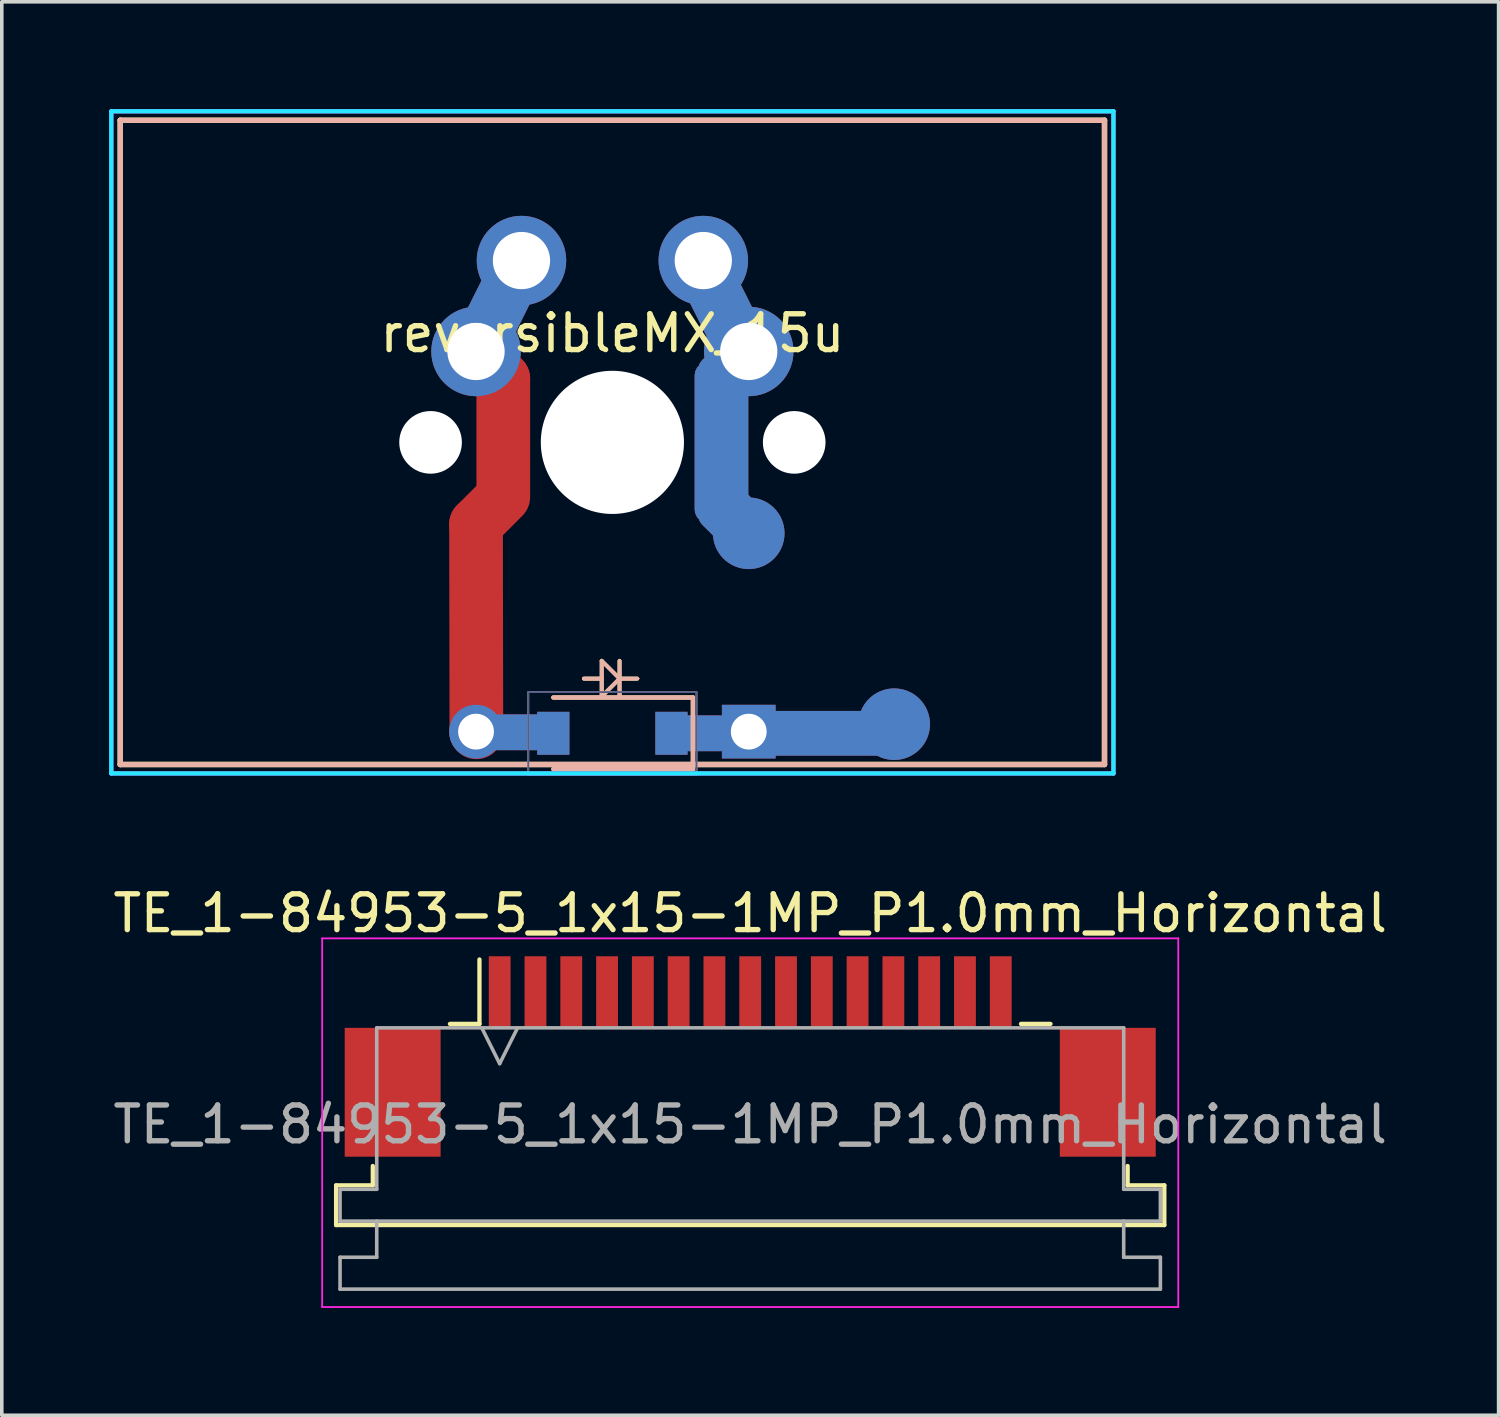
<source format=kicad_pcb>
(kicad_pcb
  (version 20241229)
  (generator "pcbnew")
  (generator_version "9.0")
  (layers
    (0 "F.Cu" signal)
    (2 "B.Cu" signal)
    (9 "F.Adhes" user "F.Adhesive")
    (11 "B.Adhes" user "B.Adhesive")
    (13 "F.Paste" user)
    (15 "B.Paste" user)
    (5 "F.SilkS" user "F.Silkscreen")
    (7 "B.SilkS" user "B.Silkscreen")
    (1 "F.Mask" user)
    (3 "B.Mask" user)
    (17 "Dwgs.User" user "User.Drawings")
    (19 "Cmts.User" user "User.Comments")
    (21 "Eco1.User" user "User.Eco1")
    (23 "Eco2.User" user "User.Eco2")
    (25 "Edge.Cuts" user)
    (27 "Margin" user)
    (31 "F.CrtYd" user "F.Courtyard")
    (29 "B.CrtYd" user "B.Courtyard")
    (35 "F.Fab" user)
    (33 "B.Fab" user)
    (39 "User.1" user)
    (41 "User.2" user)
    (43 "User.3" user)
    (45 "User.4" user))
  (footprint "TE_1-84953-5_1x15-1MP_P1.0mm_Horizontal"
    (layer "F.Cu")
    (at 17.911 26.468)
    (property "Reference" "TE_1-84953-5_1x15-1MP_P1.0mm_Horizontal" (at 0 -4 0) (layer "F.SilkS") (effects (font (size 1 1) (thickness 0.15))))
    (attr smd)
    (fp_line (start -11.57 3.6) (end -10.545 3.6) (stroke (width 0.12) (type solid)) (layer "F.SilkS"))
    (fp_line (start -11.57 4.71) (end -11.57 3.6) (stroke (width 0.12) (type solid)) (layer "F.SilkS"))
    (fp_line (start -10.545 3.6) (end -10.545 3.06) (stroke (width 0.12) (type solid)) (layer "F.SilkS"))
    (fp_line (start -8.39 -0.91) (end -7.565 -0.91) (stroke (width 0.12) (type solid)) (layer "F.SilkS"))
    (fp_line (start -7.565 -0.91) (end -7.565 -2.71) (stroke (width 0.12) (type solid)) (layer "F.SilkS"))
    (fp_line (start 7.565 -0.91) (end 8.39 -0.91) (stroke (width 0.12) (type solid)) (layer "F.SilkS"))
    (fp_line (start 10.545 3.06) (end 10.545 3.6) (stroke (width 0.12) (type solid)) (layer "F.SilkS"))
    (fp_line (start 10.545 3.6) (end 11.57 3.6) (stroke (width 0.12) (type solid)) (layer "F.SilkS"))
    (fp_line (start 11.57 3.6) (end 11.57 4.71) (stroke (width 0.12) (type solid)) (layer "F.SilkS"))
    (fp_line (start 11.57 4.71) (end -11.57 4.71) (stroke (width 0.12) (type solid)) (layer "F.SilkS"))
    (fp_line (start -11.96 -3.3) (end -11.96 7) (stroke (width 0.05) (type solid)) (layer "F.CrtYd"))
    (fp_line (start -11.96 7) (end 11.96 7) (stroke (width 0.05) (type solid)) (layer "F.CrtYd"))
    (fp_line (start 11.96 -3.3) (end -11.96 -3.3) (stroke (width 0.05) (type solid)) (layer "F.CrtYd"))
    (fp_line (start 11.96 7) (end 11.96 -3.3) (stroke (width 0.05) (type solid)) (layer "F.CrtYd"))
    (fp_line (start -11.46 3.71) (end -10.435 3.71) (stroke (width 0.1) (type solid)) (layer "F.Fab"))
    (fp_line (start -11.46 4.6) (end -11.46 3.71) (stroke (width 0.1) (type solid)) (layer "F.Fab"))
    (fp_line (start -11.46 5.61) (end -10.435 5.61) (stroke (width 0.1) (type solid)) (layer "F.Fab"))
    (fp_line (start -11.46 6.5) (end -11.46 5.61) (stroke (width 0.1) (type solid)) (layer "F.Fab"))
    (fp_line (start -10.435 -0.8) (end 10.435 -0.8) (stroke (width 0.1) (type solid)) (layer "F.Fab"))
    (fp_line (start -10.435 3.71) (end -10.435 -0.8) (stroke (width 0.1) (type solid)) (layer "F.Fab"))
    (fp_line (start -10.435 5.61) (end -10.435 4.6) (stroke (width 0.1) (type solid)) (layer "F.Fab"))
    (fp_line (start -7.5 -0.8) (end -7 0.2) (stroke (width 0.1) (type solid)) (layer "F.Fab"))
    (fp_line (start -7 0.2) (end -6.5 -0.8) (stroke (width 0.1) (type solid)) (layer "F.Fab"))
    (fp_line (start 10.435 -0.8) (end 10.435 3.71) (stroke (width 0.1) (type solid)) (layer "F.Fab"))
    (fp_line (start 10.435 3.71) (end 11.46 3.71) (stroke (width 0.1) (type solid)) (layer "F.Fab"))
    (fp_line (start 10.435 4.6) (end 10.435 5.61) (stroke (width 0.1) (type solid)) (layer "F.Fab"))
    (fp_line (start 10.435 5.61) (end 11.46 5.61) (stroke (width 0.1) (type solid)) (layer "F.Fab"))
    (fp_line (start 11.46 3.71) (end 11.46 4.6) (stroke (width 0.1) (type solid)) (layer "F.Fab"))
    (fp_line (start 11.46 4.6) (end -11.46 4.6) (stroke (width 0.1) (type solid)) (layer "F.Fab"))
    (fp_line (start 11.46 5.61) (end 11.46 6.5) (stroke (width 0.1) (type solid)) (layer "F.Fab"))
    (fp_line (start 11.46 6.5) (end -11.46 6.5) (stroke (width 0.1) (type solid)) (layer "F.Fab"))
    (fp_text user "${REFERENCE}" (at 0 1.9 0) (layer "F.Fab") (effects (font (size 1 1) (thickness 0.15))))
    (pad "1" smd rect (at -7 -1.8) (size 0.61 2) (layers "F.Cu" "F.Mask" "F.Paste"))
    (pad "2" smd rect (at -6 -1.8) (size 0.61 2) (layers "F.Cu" "F.Mask" "F.Paste"))
    (pad "3" smd rect (at -5 -1.8) (size 0.61 2) (layers "F.Cu" "F.Mask" "F.Paste"))
    (pad "4" smd rect (at -4 -1.8) (size 0.61 2) (layers "F.Cu" "F.Mask" "F.Paste"))
    (pad "5" smd rect (at -3 -1.8) (size 0.61 2) (layers "F.Cu" "F.Mask" "F.Paste"))
    (pad "6" smd rect (at -2 -1.8) (size 0.61 2) (layers "F.Cu" "F.Mask" "F.Paste"))
    (pad "7" smd rect (at -1 -1.8) (size 0.61 2) (layers "F.Cu" "F.Mask" "F.Paste"))
    (pad "8" smd rect (at 0 -1.8) (size 0.61 2) (layers "F.Cu" "F.Mask" "F.Paste"))
    (pad "9" smd rect (at 1 -1.8) (size 0.61 2) (layers "F.Cu" "F.Mask" "F.Paste"))
    (pad "10" smd rect (at 2 -1.8) (size 0.61 2) (layers "F.Cu" "F.Mask" "F.Paste"))
    (pad "11" smd rect (at 3 -1.8) (size 0.61 2) (layers "F.Cu" "F.Mask" "F.Paste"))
    (pad "12" smd rect (at 4 -1.8) (size 0.61 2) (layers "F.Cu" "F.Mask" "F.Paste"))
    (pad "13" smd rect (at 5 -1.8) (size 0.61 2) (layers "F.Cu" "F.Mask" "F.Paste"))
    (pad "14" smd rect (at 6 -1.8) (size 0.61 2) (layers "F.Cu" "F.Mask" "F.Paste"))
    (pad "15" smd rect (at 7 -1.8) (size 0.61 2) (layers "F.Cu" "F.Mask" "F.Paste"))
    (pad "MP" smd rect (at -9.99 1) (size 2.68 3.6) (layers "F.Cu" "F.Mask" "F.Paste"))
    (pad "MP" smd rect (at 9.99 1) (size 2.68 3.6) (layers "F.Cu" "F.Mask" "F.Paste")))
  (footprint "reversibleMX_15u"
    (layer "F.Cu")
    (at 14.06 9.31)
    (property "Reference" "reversibleMX_15u" (at 0 -3.048 0) (layer "F.SilkS") (effects (font (size 1 1) (thickness 0.15))))
    (attr through_hole)
    (fp_line (start -3.81 -2.54) (end -3.048 -1.778) (stroke (width 1.5) (type solid)) (layer "F.Cu"))
    (fp_line (start -3.8 8.1) (end -3.81 2.286) (stroke (width 1.5) (type solid)) (layer "F.Cu"))
    (fp_line (start -3.8 8.1) (end -1.778 8.1) (stroke (width 1) (type solid)) (layer "F.Cu"))
    (fp_line (start -3.175 1.651) (end -3.81 2.286) (stroke (width 1.5) (type solid)) (layer "F.Cu"))
    (fp_line (start -3.048 -1.778) (end -3.048 1.524) (stroke (width 1.5) (type solid)) (layer "F.Cu"))
    (fp_line (start -2.54 -5.08) (end -3.81 -2.54) (stroke (width 1.5) (type solid)) (layer "F.Cu"))
    (fp_line (start -3.8 8.1) (end -1.778 8.1) (stroke (width 1) (type solid)) (layer "B.Cu"))
    (fp_line (start -2.54 -5.08) (end -3.81 -2.54) (stroke (width 1.5) (type solid)) (layer "B.Cu"))
    (fp_line (start -13.75 -9) (end 13.75 -9) (stroke (width 0.15) (type solid)) (layer "F.SilkS"))
    (fp_line (start -13.75 9) (end -13.75 -9) (stroke (width 0.15) (type solid)) (layer "F.SilkS"))
    (fp_line (start -0.3 6.1) (end 0.2 6.6) (stroke (width 0.1) (type solid)) (layer "F.SilkS"))
    (fp_line (start -0.3 6.1) (end 0.2 6.6) (stroke (width 0.1) (type solid)) (layer "F.SilkS"))
    (fp_line (start -0.3 6.6) (end -0.8 6.6) (stroke (width 0.1) (type solid)) (layer "F.SilkS"))
    (fp_line (start -0.3 6.6) (end -0.8 6.6) (stroke (width 0.1) (type solid)) (layer "F.SilkS"))
    (fp_line (start -0.3 7.1) (end -0.3 6.1) (stroke (width 0.1) (type solid)) (layer "F.SilkS"))
    (fp_line (start -0.3 7.1) (end -0.3 6.1) (stroke (width 0.1) (type solid)) (layer "F.SilkS"))
    (fp_line (start 0.2 6.1) (end 0.2 7.1) (stroke (width 0.1) (type solid)) (layer "F.SilkS"))
    (fp_line (start 0.2 6.1) (end 0.2 7.1) (stroke (width 0.1) (type solid)) (layer "F.SilkS"))
    (fp_line (start 0.2 6.6) (end -0.3 7.1) (stroke (width 0.1) (type solid)) (layer "F.SilkS"))
    (fp_line (start 0.2 6.6) (end -0.3 7.1) (stroke (width 0.1) (type solid)) (layer "F.SilkS"))
    (fp_line (start 0.2 6.6) (end 0.7 6.6) (stroke (width 0.1) (type solid)) (layer "F.SilkS"))
    (fp_line (start 0.2 6.6) (end 0.7 6.6) (stroke (width 0.1) (type solid)) (layer "F.SilkS"))
    (fp_line (start 2.25 7.128) (end -1.65 7.128) (stroke (width 0.12) (type solid)) (layer "F.SilkS"))
    (fp_line (start 2.25 9.128) (end -1.65 9.128) (stroke (width 0.12) (type solid)) (layer "F.SilkS"))
    (fp_line (start 2.25 9.128) (end 2.25 7.128) (stroke (width 0.12) (type solid)) (layer "F.SilkS"))
    (fp_line (start 13.75 -9) (end 13.75 9) (stroke (width 0.15) (type solid)) (layer "F.SilkS"))
    (fp_line (start 13.75 9) (end -13.75 9) (stroke (width 0.15) (type solid)) (layer "F.SilkS"))
    (fp_line (start -13.75 -9) (end 13.75 -9) (stroke (width 0.15) (type solid)) (layer "B.SilkS"))
    (fp_line (start -13.75 9) (end -13.75 -9) (stroke (width 0.15) (type solid)) (layer "B.SilkS"))
    (fp_line (start -0.3 6.1) (end 0.2 6.6) (stroke (width 0.1) (type solid)) (layer "B.SilkS"))
    (fp_line (start -0.3 6.1) (end 0.2 6.6) (stroke (width 0.1) (type solid)) (layer "B.SilkS"))
    (fp_line (start -0.3 6.6) (end -0.8 6.6) (stroke (width 0.1) (type solid)) (layer "B.SilkS"))
    (fp_line (start -0.3 6.6) (end -0.8 6.6) (stroke (width 0.1) (type solid)) (layer "B.SilkS"))
    (fp_line (start -0.3 7.1) (end -0.3 6.1) (stroke (width 0.1) (type solid)) (layer "B.SilkS"))
    (fp_line (start -0.3 7.1) (end -0.3 6.1) (stroke (width 0.1) (type solid)) (layer "B.SilkS"))
    (fp_line (start 0.2 6.1) (end 0.2 7.1) (stroke (width 0.1) (type solid)) (layer "B.SilkS"))
    (fp_line (start 0.2 6.1) (end 0.2 7.1) (stroke (width 0.1) (type solid)) (layer "B.SilkS"))
    (fp_line (start 0.2 6.6) (end -0.3 7.1) (stroke (width 0.1) (type solid)) (layer "B.SilkS"))
    (fp_line (start 0.2 6.6) (end -0.3 7.1) (stroke (width 0.1) (type solid)) (layer "B.SilkS"))
    (fp_line (start 0.2 6.6) (end 0.7 6.6) (stroke (width 0.1) (type solid)) (layer "B.SilkS"))
    (fp_line (start 0.2 6.6) (end 0.7 6.6) (stroke (width 0.1) (type solid)) (layer "B.SilkS"))
    (fp_line (start 2.25 7.128) (end -1.65 7.128) (stroke (width 0.12) (type solid)) (layer "B.SilkS"))
    (fp_line (start 2.25 9.128) (end -1.65 9.128) (stroke (width 0.12) (type solid)) (layer "B.SilkS"))
    (fp_line (start 2.25 9.128) (end 2.25 7.128) (stroke (width 0.12) (type solid)) (layer "B.SilkS"))
    (fp_line (start 13.75 -9) (end 13.75 9) (stroke (width 0.15) (type solid)) (layer "B.SilkS"))
    (fp_line (start 13.75 9) (end -13.75 9) (stroke (width 0.15) (type solid)) (layer "B.SilkS"))
    (fp_line (start -8 -6) (end -8 -3) (stroke (width 0.15) (type solid)) (layer "Eco1.User"))
    (fp_line (start -8 -6) (end -7 -6) (stroke (width 0.15) (type solid)) (layer "Eco1.User"))
    (fp_line (start -8 -3) (end -7 -3) (stroke (width 0.15) (type solid)) (layer "Eco1.User"))
    (fp_line (start -8 3) (end -7 3) (stroke (width 0.15) (type solid)) (layer "Eco1.User"))
    (fp_line (start -8 6) (end -8 3) (stroke (width 0.15) (type solid)) (layer "Eco1.User"))
    (fp_line (start -8 6) (end -7 6) (stroke (width 0.15) (type solid)) (layer "Eco1.User"))
    (fp_line (start -7 -7) (end -7 -6) (stroke (width 0.15) (type solid)) (layer "Eco1.User"))
    (fp_line (start -7 -7) (end 7 -7) (stroke (width 0.15) (type solid)) (layer "Eco1.User"))
    (fp_line (start -7 -3) (end -7 3) (stroke (width 0.15) (type solid)) (layer "Eco1.User"))
    (fp_line (start -7 7) (end -7 6) (stroke (width 0.15) (type solid)) (layer "Eco1.User"))
    (fp_line (start 7 -7) (end 7 -6) (stroke (width 0.15) (type solid)) (layer "Eco1.User"))
    (fp_line (start 7 -6) (end 8 -6) (stroke (width 0.15) (type solid)) (layer "Eco1.User"))
    (fp_line (start 7 -3) (end 7 3) (stroke (width 0.15) (type solid)) (layer "Eco1.User"))
    (fp_line (start 7 -3) (end 8 -3) (stroke (width 0.15) (type solid)) (layer "Eco1.User"))
    (fp_line (start 7 3) (end 8 3) (stroke (width 0.15) (type solid)) (layer "Eco1.User"))
    (fp_line (start 7 6) (end 8 6) (stroke (width 0.15) (type solid)) (layer "Eco1.User"))
    (fp_line (start 7 7) (end -7 7) (stroke (width 0.15) (type solid)) (layer "Eco1.User"))
    (fp_line (start 7 7) (end 7 6) (stroke (width 0.15) (type solid)) (layer "Eco1.User"))
    (fp_line (start 8 -6) (end 8 -3) (stroke (width 0.15) (type solid)) (layer "Eco1.User"))
    (fp_line (start 8 6) (end 8 3) (stroke (width 0.15) (type solid)) (layer "Eco1.User"))
    (fp_line (start -14 -9.25) (end -14 9.25) (stroke (width 0.12) (type solid)) (layer "B.CrtYd"))
    (fp_line (start -14 9.25) (end 14 9.25) (stroke (width 0.12) (type solid)) (layer "B.CrtYd"))
    (fp_line (start 14 -9.25) (end -14 -9.25) (stroke (width 0.12) (type solid)) (layer "B.CrtYd"))
    (fp_line (start 14 9.25) (end 14 -9.25) (stroke (width 0.12) (type solid)) (layer "B.CrtYd"))
    (fp_line (start -14 -9.25) (end -14 9.25) (stroke (width 0.12) (type solid)) (layer "F.CrtYd"))
    (fp_line (start -14 9.25) (end 14 9.25) (stroke (width 0.12) (type solid)) (layer "F.CrtYd"))
    (fp_line (start 14 -9.25) (end -14 -9.25) (stroke (width 0.12) (type solid)) (layer "F.CrtYd"))
    (fp_line (start 14 9.25) (end 14 -9.25) (stroke (width 0.12) (type solid)) (layer "F.CrtYd"))
    (fp_line (start -2.35 6.978) (end 2.35 6.978) (stroke (width 0.05) (type solid)) (layer "B.Fab"))
    (fp_line (start -2.35 9.278) (end -2.35 6.978) (stroke (width 0.05) (type solid)) (layer "B.Fab"))
    (fp_line (start 2.35 9.278) (end -2.35 9.278) (stroke (width 0.05) (type solid)) (layer "B.Fab"))
    (fp_line (start 2.35 9.278) (end 2.35 6.978) (stroke (width 0.05) (type solid)) (layer "B.Fab"))
    (fp_line (start -2.35 6.978) (end 2.35 6.978) (stroke (width 0.05) (type solid)) (layer "F.Fab"))
    (fp_line (start -2.35 9.278) (end -2.35 6.978) (stroke (width 0.05) (type solid)) (layer "F.Fab"))
    (fp_line (start 2.35 9.278) (end -2.35 9.278) (stroke (width 0.05) (type solid)) (layer "F.Fab"))
    (fp_line (start 2.35 9.278) (end 2.35 6.978) (stroke (width 0.05) (type solid)) (layer "F.Fab"))
    (pad "" np_thru_hole circle (at -5.08 0) (size 1.75 1.75) (drill 1.75) (layers "*.Cu" "*.Mask"))
    (pad "" thru_hole circle (at -3.81 -2.54) (size 2.5 2.5) (drill 1.6) (layers "*.Cu" "*.Mask"))
    (pad "" thru_hole circle (at -3.81 8.082) (size 1.5 1.5) (drill 1) (layers "*.Cu" "*.Mask"))
    (pad "" thru_hole circle (at -2.54 -5.08) (size 2.5 2.5) (drill 1.6) (layers "*.Cu" "*.Mask"))
    (pad "" smd rect (at -1.65 8.128 180) (size 0.9 1.2) (layers "F.Cu" "F.Mask" "F.Paste"))
    (pad "" smd rect (at -1.65 8.128 180) (size 0.9 1.2) (layers "B.Cu" "B.Mask" "B.Paste"))
    (pad "" np_thru_hole circle (at 0 0) (size 4 4) (drill 4) (layers "*.Cu" "*.Mask"))
    (pad "" np_thru_hole circle (at 5.08 0) (size 1.75 1.75) (drill 1.75) (layers "*.Cu" "*.Mask"))
    (pad "1" thru_hole circle (at 2.54 -5.08) (size 2.5 2.5) (drill 1.6) (layers "*.Cu" "*.Mask"))
    (pad "1" smd roundrect (at 3.048 -3.81 296.6) (size 2.5 1.5) (layers "F.Cu") (roundrect_rratio 0.25))
    (pad "1" smd roundrect (at 3.048 -3.81 296.6) (size 2.5 1.5) (layers "B.Cu") (roundrect_rratio 0.25))
    (pad "1" smd roundrect (at 3.048 0 90) (size 4.5 1.5) (layers "F.Cu") (roundrect_rratio 0.25))
    (pad "1" smd roundrect (at 3.048 0 90) (size 4.5 1.5) (layers "B.Cu") (roundrect_rratio 0.25))
    (pad "1" smd roundrect (at 3.302 -2.032 315) (size 1.5 1.5) (layers "F.Cu") (roundrect_rratio 0.25))
    (pad "1" smd roundrect (at 3.302 -2.032 315) (size 1.5 1.5) (layers "B.Cu") (roundrect_rratio 0.25))
    (pad "1" smd roundrect (at 3.302 2.032 315) (size 1.5 1.5) (layers "F.Cu") (roundrect_rratio 0.25))
    (pad "1" smd roundrect (at 3.302 2.032 315) (size 1.5 1.5) (layers "B.Cu") (roundrect_rratio 0.25))
    (pad "1" thru_hole circle (at 3.81 -2.54) (size 2.5 2.5) (drill 1.6) (layers "*.Cu" "*.Mask"))
    (pad "1" smd circle (at 3.81 2.54) (size 2 2) (layers "F.Cu" "F.Mask"))
    (pad "1" smd circle (at 3.81 2.54) (size 2 2) (layers "B.Cu" "B.Mask"))
    (pad "2" smd rect (at 1.65 8.128 180) (size 0.9 1.2) (layers "F.Cu" "F.Mask" "F.Paste"))
    (pad "2" smd rect (at 1.65 8.128 180) (size 0.9 1.2) (layers "B.Cu" "B.Mask" "B.Paste"))
    (pad "2" smd roundrect (at 2.286 8.128) (size 2 1) (layers "F.Cu") (roundrect_rratio 0.25))
    (pad "2" smd roundrect (at 2.286 8.128) (size 2 1) (layers "B.Cu") (roundrect_rratio 0.25))
    (pad "2" thru_hole rect (at 3.81 8.082) (size 1.5 1.5) (drill 1) (layers "*.Cu" "*.Mask"))
    (pad "2" smd roundrect (at 5.842 8.128) (size 4 1.25) (layers "F.Cu") (roundrect_rratio 0.25))
    (pad "2" smd roundrect (at 5.842 8.128) (size 4 1.25) (layers "B.Cu") (roundrect_rratio 0.25))
    (pad "2" smd circle (at 7.874 7.874) (size 2 2) (layers "F.Cu" "F.Mask"))
    (pad "2" smd circle (at 7.874 7.874) (size 2 2) (layers "B.Cu" "B.Mask")))
  (gr_rect
    (start -3 -3)
    (end 38.821 36.493)
    (stroke (width 0.1) (type default))
    (fill no)
    (layer "Edge.Cuts")))
</source>
